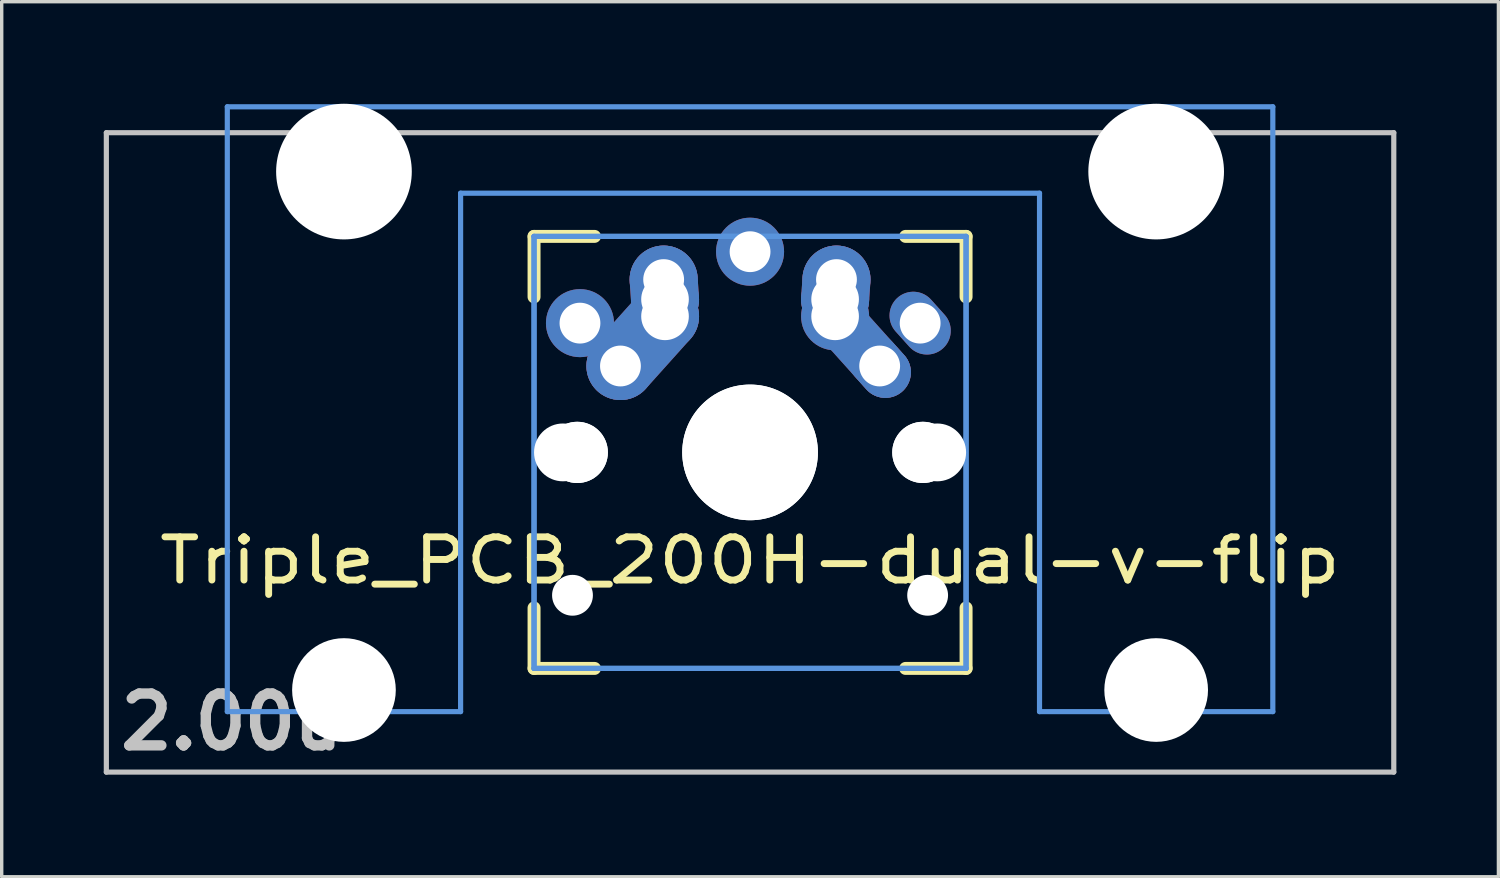
<source format=kicad_pcb>
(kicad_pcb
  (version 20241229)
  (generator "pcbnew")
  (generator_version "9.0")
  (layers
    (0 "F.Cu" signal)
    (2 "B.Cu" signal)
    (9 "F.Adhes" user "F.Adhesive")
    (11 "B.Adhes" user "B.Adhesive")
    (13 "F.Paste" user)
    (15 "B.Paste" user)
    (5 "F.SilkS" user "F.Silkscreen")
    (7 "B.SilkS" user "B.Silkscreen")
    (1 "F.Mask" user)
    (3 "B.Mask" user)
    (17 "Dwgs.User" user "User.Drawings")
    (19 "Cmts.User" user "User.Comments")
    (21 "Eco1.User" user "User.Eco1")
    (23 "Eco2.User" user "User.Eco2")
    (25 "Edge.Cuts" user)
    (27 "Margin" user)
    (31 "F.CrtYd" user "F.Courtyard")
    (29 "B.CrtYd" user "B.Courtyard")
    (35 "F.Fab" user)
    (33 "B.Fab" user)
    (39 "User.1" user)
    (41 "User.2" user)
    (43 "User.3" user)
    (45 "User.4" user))
  (footprint "Triple_PCB_200H-dual-v-flip"
    (layer "F.Cu")
    (at 19.002 10.552)
    (property "Reference" "Triple_PCB_200H-dual-v-flip" (at -0.003 2.872 0) (layer "F.SilkS") (effects (font (size 1.27 1.524) (thickness 0.203))))
    (attr through_hole)
    (fp_line (start -6.353 -6.653) (end -4.575 -6.653) (stroke (width 0.381) (type solid)) (layer "F.SilkS"))
    (fp_line (start -6.353 -4.875) (end -6.353 -6.653) (stroke (width 0.381) (type solid)) (layer "F.SilkS"))
    (fp_line (start -6.353 6.047) (end -6.353 4.269) (stroke (width 0.381) (type solid)) (layer "F.SilkS"))
    (fp_line (start -4.575 6.047) (end -6.353 6.047) (stroke (width 0.381) (type solid)) (layer "F.SilkS"))
    (fp_line (start 4.569 -6.653) (end 6.347 -6.653) (stroke (width 0.381) (type solid)) (layer "F.SilkS"))
    (fp_line (start 6.347 -6.653) (end 6.347 -4.875) (stroke (width 0.381) (type solid)) (layer "F.SilkS"))
    (fp_line (start 6.347 4.269) (end 6.347 6.047) (stroke (width 0.381) (type solid)) (layer "F.SilkS"))
    (fp_line (start 6.347 6.047) (end 4.569 6.047) (stroke (width 0.381) (type solid)) (layer "F.SilkS"))
    (fp_line (start -18.926 -9.701) (end 18.92 -9.701) (stroke (width 0.152) (type solid)) (layer "Dwgs.User"))
    (fp_line (start -18.926 9.095) (end -18.926 -9.701) (stroke (width 0.152) (type solid)) (layer "Dwgs.User"))
    (fp_line (start 18.92 -9.701) (end 18.92 9.095) (stroke (width 0.152) (type solid)) (layer "Dwgs.User"))
    (fp_line (start 18.92 9.095) (end -18.926 9.095) (stroke (width 0.152) (type solid)) (layer "Dwgs.User"))
    (fp_line (start -15.37 -10.463) (end -15.37 7.317) (stroke (width 0.152) (type solid)) (layer "Cmts.User"))
    (fp_line (start -15.37 7.317) (end -8.512 7.317) (stroke (width 0.152) (type solid)) (layer "Cmts.User"))
    (fp_line (start -8.512 -7.923) (end 8.506 -7.923) (stroke (width 0.152) (type solid)) (layer "Cmts.User"))
    (fp_line (start -8.512 7.317) (end -8.512 -7.923) (stroke (width 0.152) (type solid)) (layer "Cmts.User"))
    (fp_line (start -6.353 -6.653) (end 6.347 -6.653) (stroke (width 0.152) (type solid)) (layer "Cmts.User"))
    (fp_line (start -6.353 -6.653) (end 6.347 -6.653) (stroke (width 0.152) (type solid)) (layer "Cmts.User"))
    (fp_line (start -6.353 6.047) (end -6.353 -6.653) (stroke (width 0.152) (type solid)) (layer "Cmts.User"))
    (fp_line (start -6.353 6.047) (end -6.353 -6.653) (stroke (width 0.152) (type solid)) (layer "Cmts.User"))
    (fp_line (start 6.347 -6.653) (end 6.347 6.047) (stroke (width 0.152) (type solid)) (layer "Cmts.User"))
    (fp_line (start 6.347 -6.653) (end 6.347 6.047) (stroke (width 0.152) (type solid)) (layer "Cmts.User"))
    (fp_line (start 6.347 6.047) (end -6.353 6.047) (stroke (width 0.152) (type solid)) (layer "Cmts.User"))
    (fp_line (start 6.347 6.047) (end -6.353 6.047) (stroke (width 0.152) (type solid)) (layer "Cmts.User"))
    (fp_line (start 8.506 -7.923) (end 8.506 7.317) (stroke (width 0.152) (type solid)) (layer "Cmts.User"))
    (fp_line (start 8.506 7.317) (end 15.364 7.317) (stroke (width 0.152) (type solid)) (layer "Cmts.User"))
    (fp_line (start 15.364 -10.463) (end -15.37 -10.463) (stroke (width 0.152) (type solid)) (layer "Cmts.User"))
    (fp_line (start 15.364 7.317) (end 15.364 -10.463) (stroke (width 0.152) (type solid)) (layer "Cmts.User"))
    (fp_line (start -16.132 -0.811) (end -15.268 -0.811) (stroke (width 0.152) (type solid)) (layer "Eco2.User"))
    (fp_line (start -16.132 1.983) (end -16.132 -0.811) (stroke (width 0.152) (type solid)) (layer "Eco2.User"))
    (fp_line (start -15.268 -6.907) (end -14.227 -6.907) (stroke (width 0.152) (type solid)) (layer "Eco2.User"))
    (fp_line (start -15.268 -0.811) (end -15.268 -6.907) (stroke (width 0.152) (type solid)) (layer "Eco2.User"))
    (fp_line (start -15.268 1.983) (end -16.132 1.983) (stroke (width 0.152) (type solid)) (layer "Eco2.User"))
    (fp_line (start -15.268 5.387) (end -15.268 1.983) (stroke (width 0.152) (type solid)) (layer "Eco2.User"))
    (fp_line (start -14.227 -8.075) (end -9.655 -8.075) (stroke (width 0.152) (type solid)) (layer "Eco2.User"))
    (fp_line (start -14.227 -6.907) (end -14.227 -8.075) (stroke (width 0.152) (type solid)) (layer "Eco2.User"))
    (fp_line (start -9.655 -8.075) (end -9.655 -6.907) (stroke (width 0.152) (type solid)) (layer "Eco2.User"))
    (fp_line (start -9.655 -6.907) (end -8.613 -6.907) (stroke (width 0.152) (type solid)) (layer "Eco2.User"))
    (fp_line (start -8.613 -6.907) (end -8.613 -6.12) (stroke (width 0.152) (type solid)) (layer "Eco2.User"))
    (fp_line (start -8.613 -6.12) (end -6.988 -6.12) (stroke (width 0.152) (type solid)) (layer "Eco2.User"))
    (fp_line (start -8.613 4.574) (end -8.613 5.387) (stroke (width 0.152) (type solid)) (layer "Eco2.User"))
    (fp_line (start -8.613 5.387) (end -15.268 5.387) (stroke (width 0.152) (type solid)) (layer "Eco2.User"))
    (fp_line (start -7.503 -7.803) (end 7.497 -7.803) (stroke (width 0.152) (type solid)) (layer "Eco2.User"))
    (fp_line (start -7.503 7.197) (end -7.503 -7.803) (stroke (width 0.152) (type solid)) (layer "Eco2.User"))
    (fp_line (start -6.988 -7.288) (end 6.982 -7.288) (stroke (width 0.152) (type solid)) (layer "Eco2.User"))
    (fp_line (start -6.988 -7.288) (end 6.982 -7.288) (stroke (width 0.152) (type solid)) (layer "Eco2.User"))
    (fp_line (start -6.988 -6.12) (end -6.988 -7.288) (stroke (width 0.152) (type solid)) (layer "Eco2.User"))
    (fp_line (start -6.988 4.574) (end -8.613 4.574) (stroke (width 0.152) (type solid)) (layer "Eco2.User"))
    (fp_line (start -6.988 6.682) (end -6.988 -7.288) (stroke (width 0.152) (type solid)) (layer "Eco2.User"))
    (fp_line (start -6.988 6.682) (end -6.988 4.574) (stroke (width 0.152) (type solid)) (layer "Eco2.User"))
    (fp_line (start 6.982 -7.288) (end 6.982 -6.12) (stroke (width 0.152) (type solid)) (layer "Eco2.User"))
    (fp_line (start 6.982 -7.288) (end 6.982 6.682) (stroke (width 0.152) (type solid)) (layer "Eco2.User"))
    (fp_line (start 6.982 -6.12) (end 8.608 -6.12) (stroke (width 0.152) (type solid)) (layer "Eco2.User"))
    (fp_line (start 6.982 4.574) (end 6.982 6.682) (stroke (width 0.152) (type solid)) (layer "Eco2.User"))
    (fp_line (start 6.982 6.682) (end -6.988 6.682) (stroke (width 0.152) (type solid)) (layer "Eco2.User"))
    (fp_line (start 6.982 6.682) (end -6.988 6.682) (stroke (width 0.152) (type solid)) (layer "Eco2.User"))
    (fp_line (start 7.497 -7.803) (end 7.497 7.197) (stroke (width 0.152) (type solid)) (layer "Eco2.User"))
    (fp_line (start 7.497 7.197) (end -7.503 7.197) (stroke (width 0.152) (type solid)) (layer "Eco2.User"))
    (fp_line (start 8.608 -6.907) (end 9.649 -6.907) (stroke (width 0.152) (type solid)) (layer "Eco2.User"))
    (fp_line (start 8.608 -6.12) (end 8.608 -6.907) (stroke (width 0.152) (type solid)) (layer "Eco2.User"))
    (fp_line (start 8.608 4.574) (end 6.982 4.574) (stroke (width 0.152) (type solid)) (layer "Eco2.User"))
    (fp_line (start 8.608 5.387) (end 8.608 4.574) (stroke (width 0.152) (type solid)) (layer "Eco2.User"))
    (fp_line (start 9.649 -8.075) (end 14.221 -8.075) (stroke (width 0.152) (type solid)) (layer "Eco2.User"))
    (fp_line (start 9.649 -6.907) (end 9.649 -8.075) (stroke (width 0.152) (type solid)) (layer "Eco2.User"))
    (fp_line (start 14.221 -8.075) (end 14.221 -6.907) (stroke (width 0.152) (type solid)) (layer "Eco2.User"))
    (fp_line (start 14.221 -6.907) (end 15.263 -6.907) (stroke (width 0.152) (type solid)) (layer "Eco2.User"))
    (fp_line (start 15.263 -6.907) (end 15.263 -0.811) (stroke (width 0.152) (type solid)) (layer "Eco2.User"))
    (fp_line (start 15.263 -0.811) (end 16.126 -0.811) (stroke (width 0.152) (type solid)) (layer "Eco2.User"))
    (fp_line (start 15.263 1.983) (end 15.263 5.387) (stroke (width 0.152) (type solid)) (layer "Eco2.User"))
    (fp_line (start 15.263 5.387) (end 8.608 5.387) (stroke (width 0.152) (type solid)) (layer "Eco2.User"))
    (fp_line (start 16.126 -0.811) (end 16.126 1.983) (stroke (width 0.152) (type solid)) (layer "Eco2.User"))
    (fp_line (start 16.126 1.983) (end 15.263 1.983) (stroke (width 0.152) (type solid)) (layer "Eco2.User"))
    (fp_text user "2.00u" (at -15.24 7.62 180) (layer "Dwgs.User") (effects (font (size 1.524 1.524) (thickness 0.305))))
    (pad "" np_thru_hole circle (at -11.941 -8.558 180) (size 3.988 3.988) (drill 3.988) (layers "*.Cu"))
    (pad "" np_thru_hole circle (at -11.941 6.682 180) (size 3.048 3.048) (drill 3.048) (layers "*.Cu"))
    (pad "" np_thru_hole circle (at -5.503 -0.303) (size 1.7 1.7) (drill 1.7) (layers "*.Cu"))
    (pad "" np_thru_hole circle (at -5.223 3.897) (size 1.2 1.2) (drill 1.2) (layers "*.Cu"))
    (pad "" np_thru_hole circle (at -5.083 -0.303) (size 1.8 1.8) (drill 1.8) (layers "*.Cu"))
    (pad "" np_thru_hole circle (at -5.083 -0.303) (size 1.8 1.8) (drill 1.8) (layers "*.Cu"))
    (pad "" np_thru_hole circle (at -0.003 -0.303) (size 3.988 3.988) (drill 3.988) (layers "*.Cu"))
    (pad "" np_thru_hole circle (at -0.003 -0.303) (size 3.988 3.988) (drill 3.988) (layers "*.Cu"))
    (pad "" np_thru_hole circle (at 5.077 -0.303) (size 1.8 1.8) (drill 1.8) (layers "*.Cu"))
    (pad "" np_thru_hole circle (at 5.077 -0.303) (size 1.8 1.8) (drill 1.8) (layers "*.Cu"))
    (pad "" np_thru_hole circle (at 5.217 3.897) (size 1.2 1.2) (drill 1.2) (layers "*.Cu"))
    (pad "" np_thru_hole circle (at 5.497 -0.303) (size 1.7 1.7) (drill 1.7) (layers "*.Cu"))
    (pad "" np_thru_hole circle (at 11.935 -8.558 180) (size 3.988 3.988) (drill 3.988) (layers "*.Cu"))
    (pad "" np_thru_hole circle (at 11.935 6.682 180) (size 3.048 3.048) (drill 3.048) (layers "*.Cu"))
    (pad "1" thru_hole circle (at -5.003 -4.103 138.1) (size 2 2) (drill 1.2) (layers "*.Cu" "*.Mask"))
    (pad "1" thru_hole circle (at -3.813 -2.843) (size 2 2) (drill oval 1.2) (layers "*.Cu" "*.Mask"))
    (pad "1" smd oval (at -3.158 -3.573 138.1) (size 2 3.962) (layers "F.Cu" "F.Mask" "F.Paste"))
    (pad "1" smd oval (at -3.158 -3.573 138.1) (size 2 3.962) (layers "B.Cu" "B.Mask" "B.Paste"))
    (pad "1" thru_hole circle (at -2.543 -5.383 330.95) (size 2 2) (drill 1.2) (layers "*.Cu" "*.Mask"))
    (pad "1" smd oval (at -2.523 -5.093 3.945) (size 2 2.581) (layers "F.Cu" "F.Mask" "F.Paste"))
    (pad "1" smd oval (at -2.523 -5.093 3.945) (size 2 2.581) (layers "B.Cu" "B.Mask" "B.Paste"))
    (pad "1" thru_hole circle (at -2.503 -4.803 330.95) (size 2 2) (drill 1.4) (layers "*.Cu" "*.Mask"))
    (pad "1" thru_hole circle (at -2.503 -4.303 330.95) (size 2 2) (drill 1.4) (layers "*.Cu" "*.Mask"))
    (pad "1" thru_hole oval (at 4.997 -4.103 221.9) (size 1.4 2) (drill 1.2) (layers "*.Cu" "*.Mask"))
    (pad "2" thru_hole circle (at -0.003 -6.203) (size 2 2) (drill 1.2) (layers "*.Cu" "*.Mask"))
    (pad "2" thru_hole circle (at 2.497 -4.803 330.95) (size 2 2) (drill 1.4) (layers "*.Cu" "*.Mask"))
    (pad "2" thru_hole circle (at 2.497 -4.303) (size 2 2) (drill 1.4) (layers "*.Cu" "*.Mask"))
    (pad "2" smd oval (at 2.517 -5.093 356.055) (size 2 2.581) (layers "F.Cu" "F.Mask" "F.Paste"))
    (pad "2" smd oval (at 2.517 -5.093 356.055) (size 2 2.581) (layers "B.Cu" "B.Mask" "B.Paste"))
    (pad "2" thru_hole circle (at 2.537 -5.383 330.95) (size 2 2) (drill 1.2) (layers "*.Cu" "*.Mask"))
    (pad "2" smd oval (at 3.152 -3.573 221.9) (size 1.5 3.962) (layers "F.Cu" "F.Mask" "F.Paste"))
    (pad "2" smd oval (at 3.152 -3.573 221.9) (size 1.5 3.962) (layers "B.Cu" "B.Mask" "B.Paste"))
    (pad "2" thru_hole oval (at 3.807 -2.843 311.9) (size 2 1.5) (drill 1.2) (layers "*.Cu" "*.Mask")))
  (gr_rect
    (start -3 -3)
    (end 40.998 22.723)
    (stroke (width 0.1) (type default))
    (fill no)
    (layer "Edge.Cuts")))
</source>
